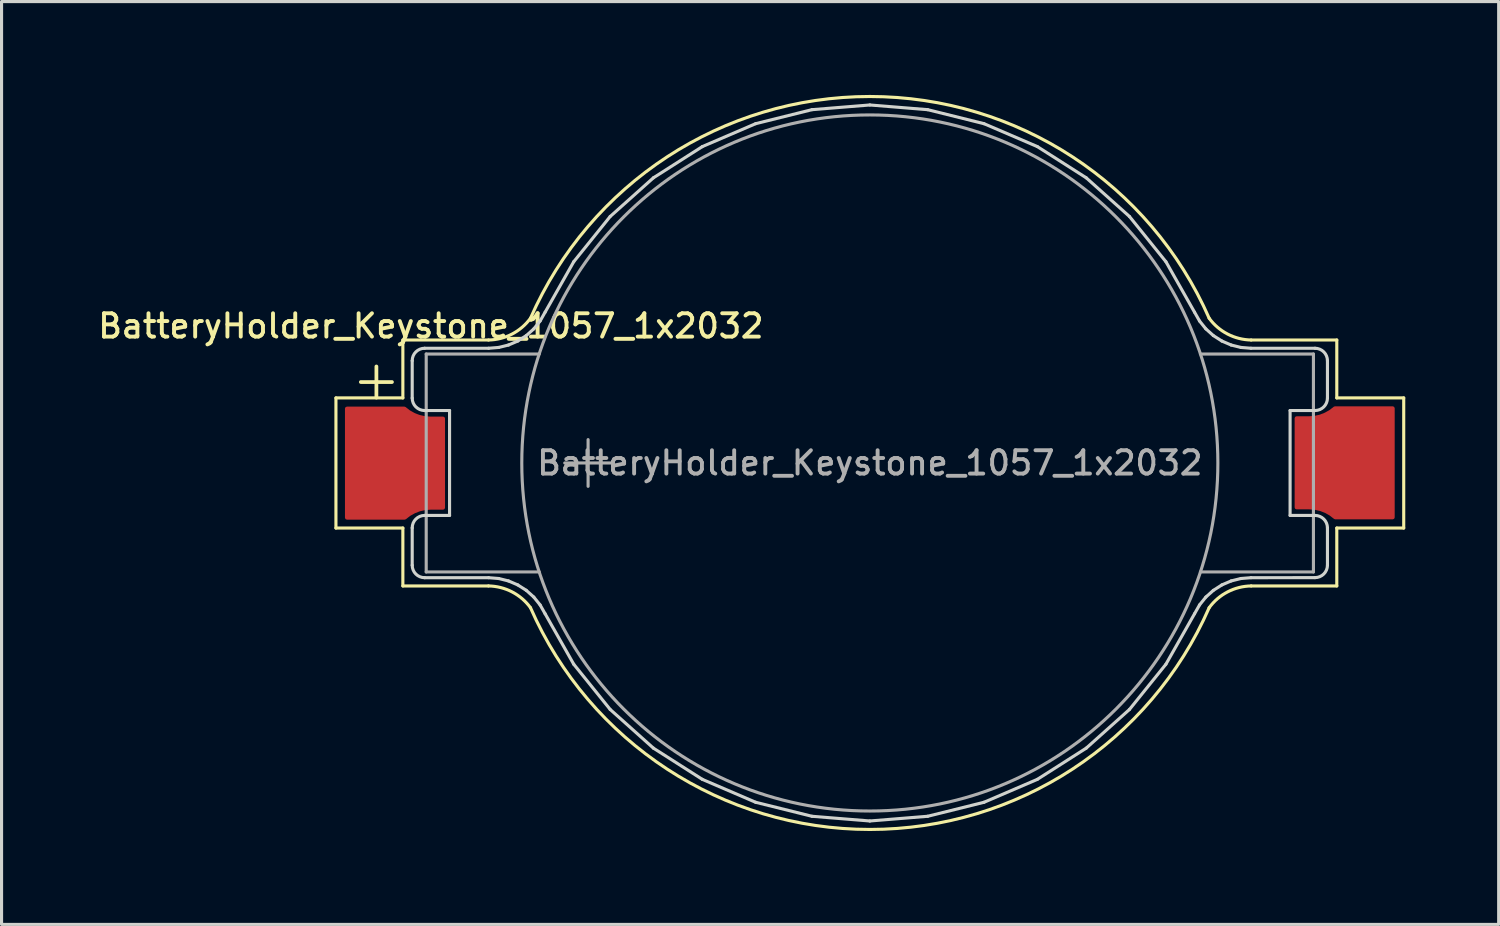
<source format=kicad_pcb>
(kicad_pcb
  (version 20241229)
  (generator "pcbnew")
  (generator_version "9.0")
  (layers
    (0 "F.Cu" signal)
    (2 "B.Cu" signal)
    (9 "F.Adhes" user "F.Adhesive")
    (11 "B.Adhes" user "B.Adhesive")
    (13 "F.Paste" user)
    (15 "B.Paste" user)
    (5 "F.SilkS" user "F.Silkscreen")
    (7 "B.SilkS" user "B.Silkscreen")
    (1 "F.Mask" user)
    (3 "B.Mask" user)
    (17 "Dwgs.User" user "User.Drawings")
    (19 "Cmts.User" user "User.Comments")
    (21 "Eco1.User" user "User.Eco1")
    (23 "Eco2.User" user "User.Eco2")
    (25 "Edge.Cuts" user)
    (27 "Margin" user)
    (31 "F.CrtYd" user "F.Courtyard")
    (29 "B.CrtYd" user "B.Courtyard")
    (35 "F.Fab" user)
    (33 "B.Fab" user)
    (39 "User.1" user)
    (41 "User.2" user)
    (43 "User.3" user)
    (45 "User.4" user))
  (footprint "BatteryHolder_Keystone_1057_1x2032"
    (layer "F.Cu")
    (at 24.891 11.822)
    (property "Reference" "BatteryHolder_Keystone_1057_1x2032" (at -14.1 -4.4 0) (layer "F.SilkS") (effects (font (size 0.75 0.75) (thickness 0.125))))
    (attr smd)
    (fp_line (start -17.15 -2.09) (end -17.15 2.09) (stroke (width 0.1) (type solid)) (layer "F.SilkS"))
    (fp_line (start -17.15 2.09) (end -15 2.09) (stroke (width 0.1) (type solid)) (layer "F.SilkS"))
    (fp_line (start -15.85 -3.1) (end -15.85 -2.1) (stroke (width 0.12) (type solid)) (layer "F.SilkS"))
    (fp_line (start -15.35 -2.6) (end -16.35 -2.6) (stroke (width 0.12) (type solid)) (layer "F.SilkS"))
    (fp_line (start -15 -3.95) (end -15 -2.09) (stroke (width 0.1) (type solid)) (layer "F.SilkS"))
    (fp_line (start -15 -2.09) (end -17.15 -2.09) (stroke (width 0.1) (type solid)) (layer "F.SilkS"))
    (fp_line (start -15 3.95) (end -15 2.09) (stroke (width 0.1) (type solid)) (layer "F.SilkS"))
    (fp_line (start -12.25 -3.95) (end -15 -3.95) (stroke (width 0.1) (type solid)) (layer "F.SilkS"))
    (fp_line (start -12.25 3.95) (end -15 3.95) (stroke (width 0.1) (type solid)) (layer "F.SilkS"))
    (fp_line (start 12.25 -3.95) (end 15 -3.95) (stroke (width 0.1) (type solid)) (layer "F.SilkS"))
    (fp_line (start 12.25 3.95) (end 15 3.95) (stroke (width 0.1) (type solid)) (layer "F.SilkS"))
    (fp_line (start 15 -3.95) (end 15 -2.09) (stroke (width 0.1) (type solid)) (layer "F.SilkS"))
    (fp_line (start 15 2.09) (end 17.15 2.09) (stroke (width 0.1) (type solid)) (layer "F.SilkS"))
    (fp_line (start 15 3.95) (end 15 2.09) (stroke (width 0.1) (type solid)) (layer "F.SilkS"))
    (fp_line (start 17.15 -2.09) (end 15 -2.09) (stroke (width 0.1) (type solid)) (layer "F.SilkS"))
    (fp_line (start 17.15 2.09) (end 17.15 -2.09) (stroke (width 0.1) (type solid)) (layer "F.SilkS"))
    (fp_arc (start -12.25 3.95) (mid -11.492594 4.141075) (end -10.9 4.65) (stroke (width 0.1) (type solid)) (layer "F.SilkS"))
    (fp_arc (start -10.9 -4.65) (mid -11.492594 -4.141075) (end -12.25 -3.95) (stroke (width 0.1) (type solid)) (layer "F.SilkS"))
    (fp_arc (start -10.9 -4.65) (mid 0 -11.772188) (end 10.9 -4.65) (stroke (width 0.1) (type solid)) (layer "F.SilkS"))
    (fp_arc (start 10.9 4.65) (mid 0 11.7722) (end -10.9 4.65) (stroke (width 0.1) (type solid)) (layer "F.SilkS"))
    (fp_arc (start 10.9 4.65) (mid 11.492594 4.141075) (end 12.25 3.95) (stroke (width 0.1) (type solid)) (layer "F.SilkS"))
    (fp_arc (start 12.25 -3.95) (mid 11.492594 -4.141075) (end 10.9 -4.65) (stroke (width 0.1) (type solid)) (layer "F.SilkS"))
    (fp_line (start -14.7 -2.085) (end -14.7 -3.285) (stroke (width 0.1) (type solid)) (layer "Edge.Cuts"))
    (fp_line (start -14.7 3.285) (end -14.7 2.085) (stroke (width 0.1) (type solid)) (layer "Edge.Cuts"))
    (fp_line (start -14.3 -3.685) (end -12.245 -3.685) (stroke (width 0.1) (type solid)) (layer "Edge.Cuts"))
    (fp_line (start -14.3 1.685) (end -13.5 1.685) (stroke (width 0.1) (type solid)) (layer "Edge.Cuts"))
    (fp_line (start -13.5 -1.685) (end -14.3 -1.685) (stroke (width 0.1) (type solid)) (layer "Edge.Cuts"))
    (fp_line (start -13.5 1.685) (end -13.5 -1.685) (stroke (width 0.1) (type solid)) (layer "Edge.Cuts"))
    (fp_line (start -12.245 -3.685) (end -11.921 -3.711) (stroke (width 0.1) (type solid)) (layer "Edge.Cuts"))
    (fp_line (start -12.245 3.685) (end -14.3 3.685) (stroke (width 0.1) (type solid)) (layer "Edge.Cuts"))
    (fp_line (start -11.921 -3.711) (end -11.607 -3.789) (stroke (width 0.1) (type solid)) (layer "Edge.Cuts"))
    (fp_line (start -11.921 3.711) (end -12.245 3.685) (stroke (width 0.1) (type solid)) (layer "Edge.Cuts"))
    (fp_line (start -11.607 -3.789) (end -11.309 -3.917) (stroke (width 0.1) (type solid)) (layer "Edge.Cuts"))
    (fp_line (start -11.607 3.789) (end -11.921 3.711) (stroke (width 0.1) (type solid)) (layer "Edge.Cuts"))
    (fp_line (start -11.309 -3.917) (end -11.035 -4.092) (stroke (width 0.1) (type solid)) (layer "Edge.Cuts"))
    (fp_line (start -11.309 3.917) (end -11.607 3.789) (stroke (width 0.1) (type solid)) (layer "Edge.Cuts"))
    (fp_line (start -11.035 -4.092) (end -10.794 -4.308) (stroke (width 0.1) (type solid)) (layer "Edge.Cuts"))
    (fp_line (start -11.035 4.092) (end -11.309 3.917) (stroke (width 0.1) (type solid)) (layer "Edge.Cuts"))
    (fp_line (start -10.794 -4.308) (end -10.591 -4.561) (stroke (width 0.1) (type solid)) (layer "Edge.Cuts"))
    (fp_line (start -10.794 4.308) (end -11.035 4.092) (stroke (width 0.1) (type solid)) (layer "Edge.Cuts"))
    (fp_line (start -10.591 -4.561) (end -10.431 -4.843) (stroke (width 0.1) (type solid)) (layer "Edge.Cuts"))
    (fp_line (start -10.591 4.561) (end -10.794 4.308) (stroke (width 0.1) (type solid)) (layer "Edge.Cuts"))
    (fp_line (start -10.431 -4.843) (end -9.511 -6.465) (stroke (width 0.1) (type solid)) (layer "Edge.Cuts"))
    (fp_line (start -10.431 4.843) (end -10.591 4.561) (stroke (width 0.1) (type solid)) (layer "Edge.Cuts"))
    (fp_line (start -9.511 -6.465) (end -8.341 -7.917) (stroke (width 0.1) (type solid)) (layer "Edge.Cuts"))
    (fp_line (start -9.511 6.465) (end -10.431 4.843) (stroke (width 0.1) (type solid)) (layer "Edge.Cuts"))
    (fp_line (start -8.341 -7.917) (end -6.952 -9.16) (stroke (width 0.1) (type solid)) (layer "Edge.Cuts"))
    (fp_line (start -8.341 7.917) (end -9.511 6.465) (stroke (width 0.1) (type solid)) (layer "Edge.Cuts"))
    (fp_line (start -6.952 -9.16) (end -5.381 -10.163) (stroke (width 0.1) (type solid)) (layer "Edge.Cuts"))
    (fp_line (start -6.952 9.16) (end -8.341 7.917) (stroke (width 0.1) (type solid)) (layer "Edge.Cuts"))
    (fp_line (start -5.381 -10.163) (end -3.668 -10.899) (stroke (width 0.1) (type solid)) (layer "Edge.Cuts"))
    (fp_line (start -5.381 10.163) (end -6.952 9.16) (stroke (width 0.1) (type solid)) (layer "Edge.Cuts"))
    (fp_line (start -3.668 -10.899) (end -1.858 -11.349) (stroke (width 0.1) (type solid)) (layer "Edge.Cuts"))
    (fp_line (start -3.668 10.899) (end -5.381 10.163) (stroke (width 0.1) (type solid)) (layer "Edge.Cuts"))
    (fp_line (start -1.858 -11.349) (end 0 -11.5) (stroke (width 0.1) (type solid)) (layer "Edge.Cuts"))
    (fp_line (start -1.858 11.349) (end -3.668 10.899) (stroke (width 0.1) (type solid)) (layer "Edge.Cuts"))
    (fp_line (start 0 -11.5) (end 1.858 -11.349) (stroke (width 0.1) (type solid)) (layer "Edge.Cuts"))
    (fp_line (start 0 11.5) (end -1.858 11.349) (stroke (width 0.1) (type solid)) (layer "Edge.Cuts"))
    (fp_line (start 1.858 -11.349) (end 3.668 -10.899) (stroke (width 0.1) (type solid)) (layer "Edge.Cuts"))
    (fp_line (start 1.858 11.349) (end 0 11.5) (stroke (width 0.1) (type solid)) (layer "Edge.Cuts"))
    (fp_line (start 3.668 -10.899) (end 5.381 -10.163) (stroke (width 0.1) (type solid)) (layer "Edge.Cuts"))
    (fp_line (start 3.668 10.899) (end 1.858 11.349) (stroke (width 0.1) (type solid)) (layer "Edge.Cuts"))
    (fp_line (start 5.381 -10.163) (end 6.952 -9.16) (stroke (width 0.1) (type solid)) (layer "Edge.Cuts"))
    (fp_line (start 5.381 10.163) (end 3.668 10.899) (stroke (width 0.1) (type solid)) (layer "Edge.Cuts"))
    (fp_line (start 6.952 -9.16) (end 8.341 -7.917) (stroke (width 0.1) (type solid)) (layer "Edge.Cuts"))
    (fp_line (start 6.952 9.16) (end 5.381 10.163) (stroke (width 0.1) (type solid)) (layer "Edge.Cuts"))
    (fp_line (start 8.341 -7.917) (end 9.511 -6.465) (stroke (width 0.1) (type solid)) (layer "Edge.Cuts"))
    (fp_line (start 8.341 7.917) (end 6.952 9.16) (stroke (width 0.1) (type solid)) (layer "Edge.Cuts"))
    (fp_line (start 9.511 -6.465) (end 10.431 -4.843) (stroke (width 0.1) (type solid)) (layer "Edge.Cuts"))
    (fp_line (start 9.511 6.465) (end 8.341 7.917) (stroke (width 0.1) (type solid)) (layer "Edge.Cuts"))
    (fp_line (start 10.431 -4.843) (end 10.591 -4.561) (stroke (width 0.1) (type solid)) (layer "Edge.Cuts"))
    (fp_line (start 10.431 4.843) (end 9.511 6.465) (stroke (width 0.1) (type solid)) (layer "Edge.Cuts"))
    (fp_line (start 10.591 -4.561) (end 10.794 -4.308) (stroke (width 0.1) (type solid)) (layer "Edge.Cuts"))
    (fp_line (start 10.591 4.561) (end 10.431 4.843) (stroke (width 0.1) (type solid)) (layer "Edge.Cuts"))
    (fp_line (start 10.794 -4.308) (end 11.035 -4.092) (stroke (width 0.1) (type solid)) (layer "Edge.Cuts"))
    (fp_line (start 10.794 4.308) (end 10.591 4.561) (stroke (width 0.1) (type solid)) (layer "Edge.Cuts"))
    (fp_line (start 11.035 -4.092) (end 11.309 -3.917) (stroke (width 0.1) (type solid)) (layer "Edge.Cuts"))
    (fp_line (start 11.035 4.092) (end 10.794 4.308) (stroke (width 0.1) (type solid)) (layer "Edge.Cuts"))
    (fp_line (start 11.309 -3.917) (end 11.607 -3.789) (stroke (width 0.1) (type solid)) (layer "Edge.Cuts"))
    (fp_line (start 11.309 3.917) (end 11.035 4.092) (stroke (width 0.1) (type solid)) (layer "Edge.Cuts"))
    (fp_line (start 11.607 -3.789) (end 11.921 -3.711) (stroke (width 0.1) (type solid)) (layer "Edge.Cuts"))
    (fp_line (start 11.607 3.789) (end 11.309 3.917) (stroke (width 0.1) (type solid)) (layer "Edge.Cuts"))
    (fp_line (start 11.921 -3.711) (end 12.245 -3.685) (stroke (width 0.1) (type solid)) (layer "Edge.Cuts"))
    (fp_line (start 11.921 3.711) (end 11.607 3.789) (stroke (width 0.1) (type solid)) (layer "Edge.Cuts"))
    (fp_line (start 12.245 -3.685) (end 14.3 -3.685) (stroke (width 0.1) (type solid)) (layer "Edge.Cuts"))
    (fp_line (start 12.245 3.685) (end 11.921 3.711) (stroke (width 0.1) (type solid)) (layer "Edge.Cuts"))
    (fp_line (start 13.5 -1.685) (end 13.5 1.685) (stroke (width 0.1) (type solid)) (layer "Edge.Cuts"))
    (fp_line (start 13.5 1.685) (end 14.3 1.685) (stroke (width 0.1) (type solid)) (layer "Edge.Cuts"))
    (fp_line (start 14.3 -1.685) (end 13.5 -1.685) (stroke (width 0.1) (type solid)) (layer "Edge.Cuts"))
    (fp_line (start 14.3 3.683) (end 12.245 3.685) (stroke (width 0.1) (type solid)) (layer "Edge.Cuts"))
    (fp_line (start 14.7 -3.285) (end 14.7 -2.085) (stroke (width 0.1) (type solid)) (layer "Edge.Cuts"))
    (fp_line (start 14.7 2.083) (end 14.7 3.283) (stroke (width 0.1) (type solid)) (layer "Edge.Cuts"))
    (fp_arc (start -14.7 -3.285) (mid -14.582843 -3.567843) (end -14.3 -3.685) (stroke (width 0.1) (type solid)) (layer "Edge.Cuts"))
    (fp_arc (start -14.7 2.084949) (mid -14.582843 1.802106) (end -14.3 1.684949) (stroke (width 0.1) (type solid)) (layer "Edge.Cuts"))
    (fp_arc (start -14.3 -1.68505) (mid -14.582843 -1.802207) (end -14.7 -2.08505) (stroke (width 0.1) (type solid)) (layer "Edge.Cuts"))
    (fp_arc (start -14.3 3.684899) (mid -14.582843 3.567742) (end -14.7 3.284899) (stroke (width 0.1) (type solid)) (layer "Edge.Cuts"))
    (fp_arc (start 14.3 -3.685) (mid 14.582843 -3.567843) (end 14.7 -3.285) (stroke (width 0.1) (type solid)) (layer "Edge.Cuts"))
    (fp_arc (start 14.3 1.68505) (mid 14.582843 1.802207) (end 14.7 2.08505) (stroke (width 0.1) (type solid)) (layer "Edge.Cuts"))
    (fp_arc (start 14.7 -2.08505) (mid 14.582843 -1.802207) (end 14.3 -1.68505) (stroke (width 0.1) (type solid)) (layer "Edge.Cuts"))
    (fp_arc (start 14.7 3.282793) (mid 14.582843 3.565636) (end 14.3 3.682793) (stroke (width 0.1) (type solid)) (layer "Edge.Cuts"))
    (fp_line (start -14.25 -3.5) (end -14.25 3.5) (stroke (width 0.1) (type solid)) (layer "F.Fab"))
    (fp_line (start -14.25 3.5) (end -10.62 3.5) (stroke (width 0.1) (type solid)) (layer "F.Fab"))
    (fp_line (start -10.62 -3.5) (end -14.25 -3.5) (stroke (width 0.1) (type solid)) (layer "F.Fab"))
    (fp_line (start -9.8 0) (end -8.3 0) (stroke (width 0.1) (type solid)) (layer "F.Fab"))
    (fp_line (start -9.05 -0.75) (end -9.05 0.75) (stroke (width 0.1) (type solid)) (layer "F.Fab"))
    (fp_line (start 10.62 -3.5) (end 14.25 -3.5) (stroke (width 0.1) (type solid)) (layer "F.Fab"))
    (fp_line (start 14.25 -3.5) (end 14.25 3.5) (stroke (width 0.1) (type solid)) (layer "F.Fab"))
    (fp_line (start 14.25 3.5) (end 10.62 3.5) (stroke (width 0.1) (type solid)) (layer "F.Fab"))
    (fp_circle (center 0 0) (end 11.18 0) (stroke (width 0.1) (type solid)) (fill no) (layer "F.Fab"))
    (fp_text user "${REFERENCE}" (at 0 0 0) (unlocked yes) (layer "F.Fab") (effects (font (size 0.75 0.75) (thickness 0.125))))
    (pad "1" smd custom (at -15.15 -0.1) (size 0.75 0.75) (layers "F.Cu" "F.Mask" "F.Paste") (options (anchor rect)) (primitives (gr_poly (pts (xy 0.2 -1.65) (xy 0.272 -1.595) (xy 0.343 -1.539) (xy 0.501 -1.45) (xy 0.585 -1.417) (xy 0.669 -1.385) (xy 0.758 -1.365) (xy 0.846 -1.344) (xy 1.026 -1.33) (xy 1.235 -1.33) (xy 1.444 -1.33) (xy 1.444 1.54) (xy 1.044 1.54) (xy 0.862 1.553) (xy 0.683 1.593) (xy 0.513 1.659) (xy 0.353 1.748) (xy 0.281 1.804) (xy 0.209 1.86) (xy -1.65 1.86) (xy -1.65 -1.65)) (width 0.12) (fill yes))))
    (pad "2" smd custom (at 15.15 0.1 180) (size 0.75 0.75) (layers "F.Cu" "F.Mask" "F.Paste") (options (anchor rect)) (primitives (gr_poly (pts (xy 0.2 -1.65) (xy 0.272 -1.595) (xy 0.343 -1.539) (xy 0.501 -1.45) (xy 0.585 -1.417) (xy 0.669 -1.385) (xy 0.758 -1.365) (xy 0.846 -1.344) (xy 1.026 -1.33) (xy 1.235 -1.33) (xy 1.444 -1.33) (xy 1.444 1.54) (xy 1.044 1.54) (xy 0.862 1.553) (xy 0.683 1.593) (xy 0.513 1.659) (xy 0.353 1.748) (xy 0.281 1.804) (xy 0.209 1.86) (xy -1.65 1.86) (xy -1.65 -1.65)) (width 0.12) (fill yes)))))
  (gr_rect
    (start -3 -3)
    (end 45.091 26.644)
    (stroke (width 0.1) (type default))
    (fill no)
    (layer "Edge.Cuts")))
</source>
